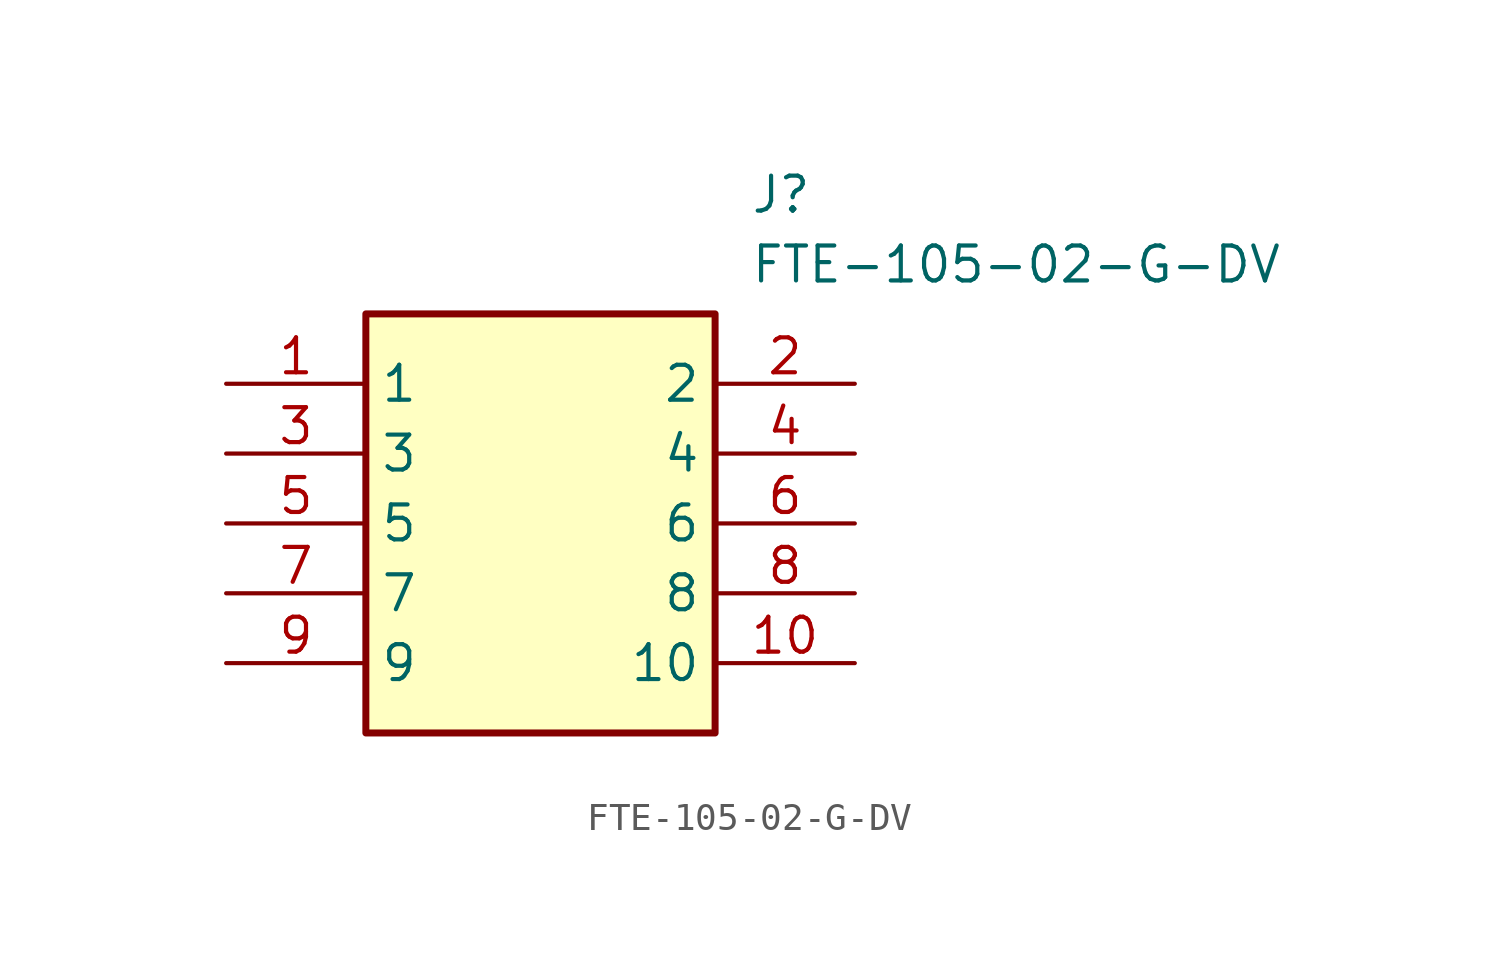
<source format=kicad_sym>
(kicad_symbol_lib
  (version 20211014)
  (generator SamacSys_ECAD_Model)
  (symbol "FTE-105-02-G-DV"
    (property "Reference" "J"
      (at 19.05 7.62 0)
      (effects (font (size 1.27 1.27)) (justify left top)))
    (property "Value" "FTE-105-02-G-DV"
      (at 19.05 5.08 0)
      (effects (font (size 1.27 1.27)) (justify left top)))
    (rectangle
      (start 5.08 2.54)
      (end 17.78 -12.7)
      (stroke (width 0.254) (type default))
      (fill (type background)))
    (pin passive line
      (at 0 0 0)
      (length 5.08)
      (name "1" (effects (font (size 1.27 1.27))))
      (number "1" (effects (font (size 1.27 1.27)))))
    (pin passive line
      (at 22.86 0 180)
      (length 5.08)
      (name "2" (effects (font (size 1.27 1.27))))
      (number "2" (effects (font (size 1.27 1.27)))))
    (pin passive line
      (at 0 -2.54 0)
      (length 5.08)
      (name "3" (effects (font (size 1.27 1.27))))
      (number "3" (effects (font (size 1.27 1.27)))))
    (pin passive line
      (at 22.86 -2.54 180)
      (length 5.08)
      (name "4" (effects (font (size 1.27 1.27))))
      (number "4" (effects (font (size 1.27 1.27)))))
    (pin passive line
      (at 0 -5.08 0)
      (length 5.08)
      (name "5" (effects (font (size 1.27 1.27))))
      (number "5" (effects (font (size 1.27 1.27)))))
    (pin passive line
      (at 22.86 -5.08 180)
      (length 5.08)
      (name "6" (effects (font (size 1.27 1.27))))
      (number "6" (effects (font (size 1.27 1.27)))))
    (pin passive line
      (at 0 -7.62 0)
      (length 5.08)
      (name "7" (effects (font (size 1.27 1.27))))
      (number "7" (effects (font (size 1.27 1.27)))))
    (pin passive line
      (at 22.86 -7.62 180)
      (length 5.08)
      (name "8" (effects (font (size 1.27 1.27))))
      (number "8" (effects (font (size 1.27 1.27)))))
    (pin passive line
      (at 0 -10.16 0)
      (length 5.08)
      (name "9" (effects (font (size 1.27 1.27))))
      (number "9" (effects (font (size 1.27 1.27)))))
    (pin passive line
      (at 22.86 -10.16 180)
      (length 5.08)
      (name "10" (effects (font (size 1.27 1.27))))
      (number "10" (effects (font (size 1.27 1.27)))))))
</source>
